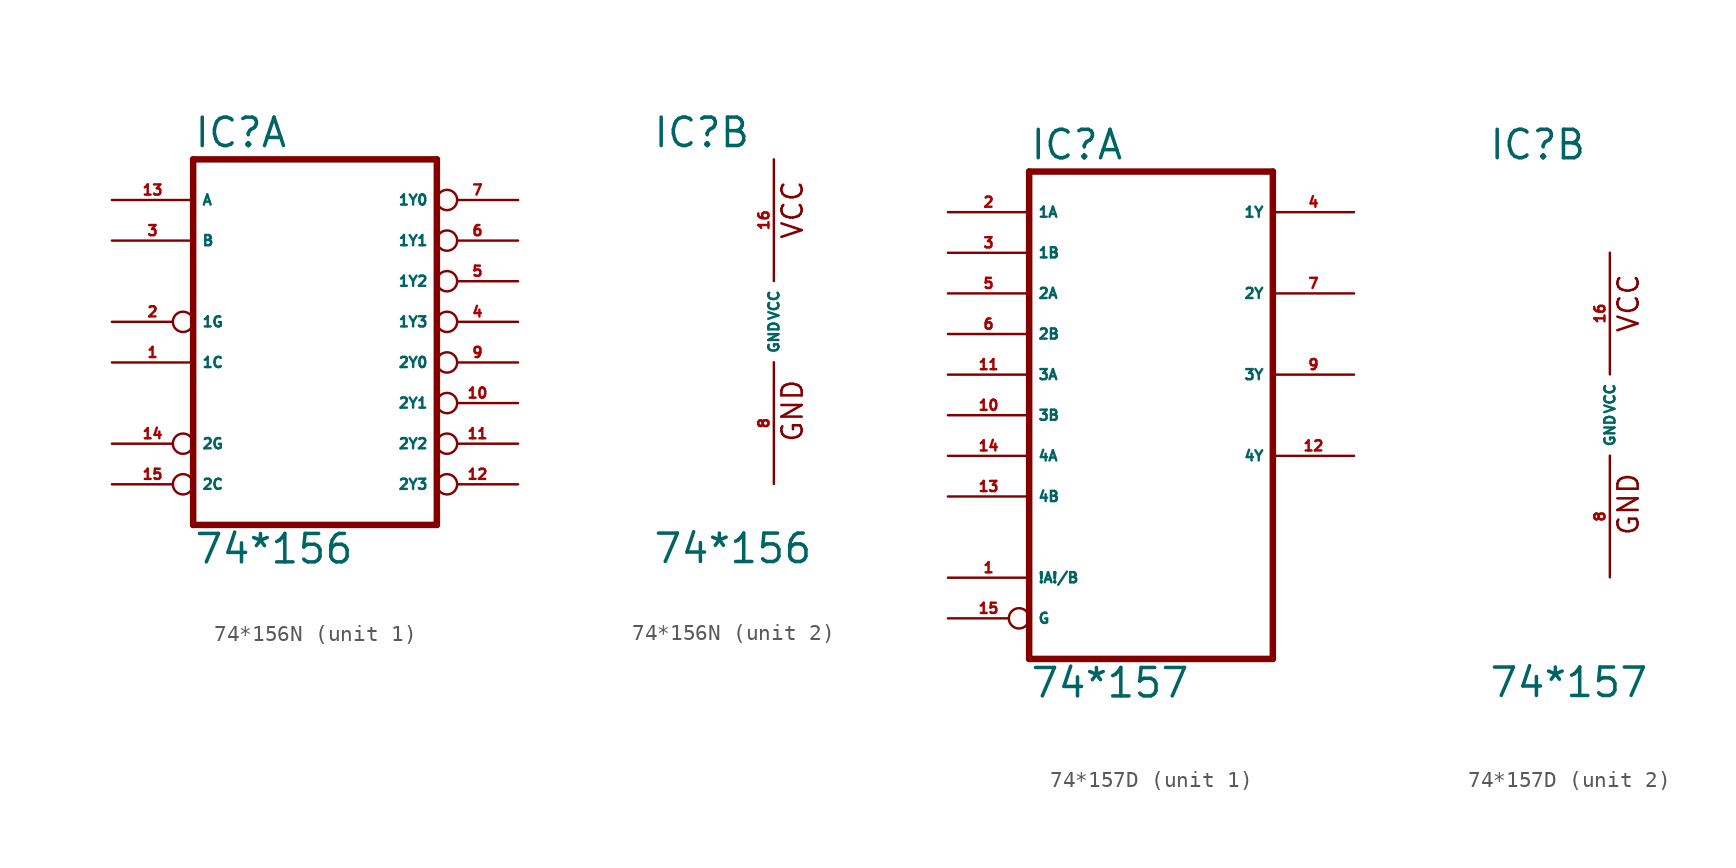
<source format=kicad_sym>
(kicad_symbol_lib
  (version 20220914)
  (generator Eagle2Kicad)
  (symbol "74*156N"
    (property "Reference" "IC"
      (at -7.62 10.795 0)
      (effects (font (size 1.778 1.778) (thickness 0.22)) (justify left bottom)))
    (property "Value" "74*156"
      (at -7.62 -15.24 0)
      (effects (font (size 1.778 1.778) (thickness 0.22)) (justify left bottom)))
    (symbol "74*156N_1_0"
      (polyline (pts (xy -7.62 -12.7) (xy 7.62 -12.7)) (stroke (width 0.406) (type default)) (fill (type none)))
      (polyline (pts (xy 7.62 -12.7) (xy 7.62 10.16)) (stroke (width 0.406) (type default)) (fill (type none)))
      (polyline (pts (xy 7.62 10.16) (xy -7.62 10.16)) (stroke (width 0.406) (type default)) (fill (type none)))
      (polyline (pts (xy -7.62 10.16) (xy -7.62 -12.7)) (stroke (width 0.406) (type default)) (fill (type none)))
      (pin input line (at -12.7 -2.54 0) (length 5.08) (name "1C" (effects (font (size 0.635 0.635) (thickness 0.08)) (justify left bottom))) (number "1" (effects (font (size 0.635 0.635) (thickness 0.08)) (justify left bottom))))
      (pin input inverted (at -12.7 0 0) (length 5.08) (name "1G" (effects (font (size 0.635 0.635) (thickness 0.08)) (justify left bottom))) (number "2" (effects (font (size 0.635 0.635) (thickness 0.08)) (justify left bottom))))
      (pin input line (at -12.7 5.08 0) (length 5.08) (name "B" (effects (font (size 0.635 0.635) (thickness 0.08)) (justify left bottom))) (number "3" (effects (font (size 0.635 0.635) (thickness 0.08)) (justify left bottom))))
      (pin open_collector inverted (at 12.7 0 180) (length 5.08) (name "1Y3" (effects (font (size 0.635 0.635) (thickness 0.08)) (justify left bottom))) (number "4" (effects (font (size 0.635 0.635) (thickness 0.08)) (justify left bottom))))
      (pin open_collector inverted (at 12.7 2.54 180) (length 5.08) (name "1Y2" (effects (font (size 0.635 0.635) (thickness 0.08)) (justify left bottom))) (number "5" (effects (font (size 0.635 0.635) (thickness 0.08)) (justify left bottom))))
      (pin open_collector inverted (at 12.7 5.08 180) (length 5.08) (name "1Y1" (effects (font (size 0.635 0.635) (thickness 0.08)) (justify left bottom))) (number "6" (effects (font (size 0.635 0.635) (thickness 0.08)) (justify left bottom))))
      (pin open_collector inverted (at 12.7 7.62 180) (length 5.08) (name "1Y0" (effects (font (size 0.635 0.635) (thickness 0.08)) (justify left bottom))) (number "7" (effects (font (size 0.635 0.635) (thickness 0.08)) (justify left bottom))))
      (pin open_collector inverted (at 12.7 -2.54 180) (length 5.08) (name "2Y0" (effects (font (size 0.635 0.635) (thickness 0.08)) (justify left bottom))) (number "9" (effects (font (size 0.635 0.635) (thickness 0.08)) (justify left bottom))))
      (pin open_collector inverted (at 12.7 -5.08 180) (length 5.08) (name "2Y1" (effects (font (size 0.635 0.635) (thickness 0.08)) (justify left bottom))) (number "10" (effects (font (size 0.635 0.635) (thickness 0.08)) (justify left bottom))))
      (pin open_collector inverted (at 12.7 -7.62 180) (length 5.08) (name "2Y2" (effects (font (size 0.635 0.635) (thickness 0.08)) (justify left bottom))) (number "11" (effects (font (size 0.635 0.635) (thickness 0.08)) (justify left bottom))))
      (pin open_collector inverted (at 12.7 -10.16 180) (length 5.08) (name "2Y3" (effects (font (size 0.635 0.635) (thickness 0.08)) (justify left bottom))) (number "12" (effects (font (size 0.635 0.635) (thickness 0.08)) (justify left bottom))))
      (pin input line (at -12.7 7.62 0) (length 5.08) (name "A" (effects (font (size 0.635 0.635) (thickness 0.08)) (justify left bottom))) (number "13" (effects (font (size 0.635 0.635) (thickness 0.08)) (justify left bottom))))
      (pin input inverted (at -12.7 -7.62 0) (length 5.08) (name "2G" (effects (font (size 0.635 0.635) (thickness 0.08)) (justify left bottom))) (number "14" (effects (font (size 0.635 0.635) (thickness 0.08)) (justify left bottom))))
      (pin input inverted (at -12.7 -10.16 0) (length 5.08) (name "2C" (effects (font (size 0.635 0.635) (thickness 0.08)) (justify left bottom))) (number "15" (effects (font (size 0.635 0.635) (thickness 0.08)) (justify left bottom)))))
    (symbol "74*156N_2_0"
      (text "GND" (at 1.905 -7.62 900) (effects (font (size 1.27 1.27) (thickness 0.16)) (justify left bottom)))
      (text "VCC" (at 1.905 5.08 900) (effects (font (size 1.27 1.27) (thickness 0.16)) (justify left bottom)))
      (pin unspecified line (at 0 -10.16 90) (length 7.62) (name "GND" (effects (font (size 0.635 0.635) (thickness 0.08)) (justify left bottom))) (number "8" (effects (font (size 0.635 0.635) (thickness 0.08)) (justify left bottom))))
      (pin unspecified line (at 0 10.16 270) (length 7.62) (name "VCC" (effects (font (size 0.635 0.635) (thickness 0.08)) (justify left bottom))) (number "16" (effects (font (size 0.635 0.635) (thickness 0.08)) (justify left bottom))))))
  (symbol "74*157D"
    (property "Reference" "IC"
      (at -7.62 15.875 0)
      (effects (font (size 1.778 1.778) (thickness 0.22)) (justify left bottom)))
    (property "Value" "74*157"
      (at -7.62 -17.78 0)
      (effects (font (size 1.778 1.778) (thickness 0.22)) (justify left bottom)))
    (symbol "74*157D_1_0"
      (polyline (pts (xy -7.62 -15.24) (xy 7.62 -15.24)) (stroke (width 0.406) (type default)) (fill (type none)))
      (polyline (pts (xy 7.62 -15.24) (xy 7.62 15.24)) (stroke (width 0.406) (type default)) (fill (type none)))
      (polyline (pts (xy 7.62 15.24) (xy -7.62 15.24)) (stroke (width 0.406) (type default)) (fill (type none)))
      (polyline (pts (xy -7.62 15.24) (xy -7.62 -15.24)) (stroke (width 0.406) (type default)) (fill (type none)))
      (pin input line (at -12.7 -10.16 0) (length 5.08) (name "!A!/B" (effects (font (size 0.635 0.635) (thickness 0.08)) (justify left bottom))) (number "1" (effects (font (size 0.635 0.635) (thickness 0.08)) (justify left bottom))))
      (pin input line (at -12.7 12.7 0) (length 5.08) (name "1A" (effects (font (size 0.635 0.635) (thickness 0.08)) (justify left bottom))) (number "2" (effects (font (size 0.635 0.635) (thickness 0.08)) (justify left bottom))))
      (pin input line (at -12.7 10.16 0) (length 5.08) (name "1B" (effects (font (size 0.635 0.635) (thickness 0.08)) (justify left bottom))) (number "3" (effects (font (size 0.635 0.635) (thickness 0.08)) (justify left bottom))))
      (pin output line (at 12.7 12.7 180) (length 5.08) (name "1Y" (effects (font (size 0.635 0.635) (thickness 0.08)) (justify left bottom))) (number "4" (effects (font (size 0.635 0.635) (thickness 0.08)) (justify left bottom))))
      (pin input line (at -12.7 7.62 0) (length 5.08) (name "2A" (effects (font (size 0.635 0.635) (thickness 0.08)) (justify left bottom))) (number "5" (effects (font (size 0.635 0.635) (thickness 0.08)) (justify left bottom))))
      (pin input line (at -12.7 5.08 0) (length 5.08) (name "2B" (effects (font (size 0.635 0.635) (thickness 0.08)) (justify left bottom))) (number "6" (effects (font (size 0.635 0.635) (thickness 0.08)) (justify left bottom))))
      (pin output line (at 12.7 7.62 180) (length 5.08) (name "2Y" (effects (font (size 0.635 0.635) (thickness 0.08)) (justify left bottom))) (number "7" (effects (font (size 0.635 0.635) (thickness 0.08)) (justify left bottom))))
      (pin output line (at 12.7 2.54 180) (length 5.08) (name "3Y" (effects (font (size 0.635 0.635) (thickness 0.08)) (justify left bottom))) (number "9" (effects (font (size 0.635 0.635) (thickness 0.08)) (justify left bottom))))
      (pin input line (at -12.7 0 0) (length 5.08) (name "3B" (effects (font (size 0.635 0.635) (thickness 0.08)) (justify left bottom))) (number "10" (effects (font (size 0.635 0.635) (thickness 0.08)) (justify left bottom))))
      (pin input line (at -12.7 2.54 0) (length 5.08) (name "3A" (effects (font (size 0.635 0.635) (thickness 0.08)) (justify left bottom))) (number "11" (effects (font (size 0.635 0.635) (thickness 0.08)) (justify left bottom))))
      (pin output line (at 12.7 -2.54 180) (length 5.08) (name "4Y" (effects (font (size 0.635 0.635) (thickness 0.08)) (justify left bottom))) (number "12" (effects (font (size 0.635 0.635) (thickness 0.08)) (justify left bottom))))
      (pin input line (at -12.7 -5.08 0) (length 5.08) (name "4B" (effects (font (size 0.635 0.635) (thickness 0.08)) (justify left bottom))) (number "13" (effects (font (size 0.635 0.635) (thickness 0.08)) (justify left bottom))))
      (pin input line (at -12.7 -2.54 0) (length 5.08) (name "4A" (effects (font (size 0.635 0.635) (thickness 0.08)) (justify left bottom))) (number "14" (effects (font (size 0.635 0.635) (thickness 0.08)) (justify left bottom))))
      (pin input inverted (at -12.7 -12.7 0) (length 5.08) (name "G" (effects (font (size 0.635 0.635) (thickness 0.08)) (justify left bottom))) (number "15" (effects (font (size 0.635 0.635) (thickness 0.08)) (justify left bottom)))))
    (symbol "74*157D_2_0"
      (text "GND" (at 1.905 -7.62 900) (effects (font (size 1.27 1.27) (thickness 0.16)) (justify left bottom)))
      (text "VCC" (at 1.905 5.08 900) (effects (font (size 1.27 1.27) (thickness 0.16)) (justify left bottom)))
      (pin unspecified line (at 0 -10.16 90) (length 7.62) (name "GND" (effects (font (size 0.635 0.635) (thickness 0.08)) (justify left bottom))) (number "8" (effects (font (size 0.635 0.635) (thickness 0.08)) (justify left bottom))))
      (pin unspecified line (at 0 10.16 270) (length 7.62) (name "VCC" (effects (font (size 0.635 0.635) (thickness 0.08)) (justify left bottom))) (number "16" (effects (font (size 0.635 0.635) (thickness 0.08)) (justify left bottom)))))))
</source>
